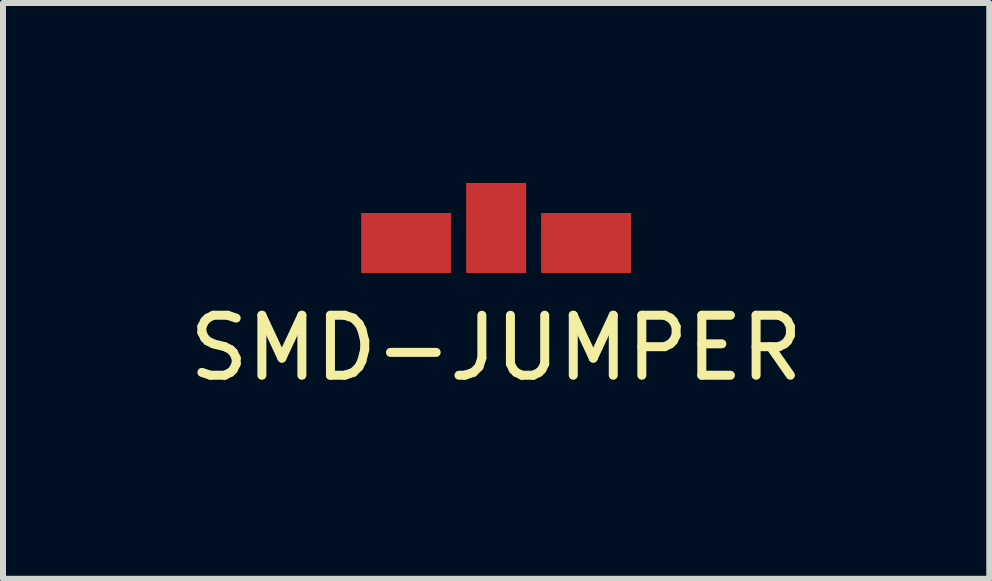
<source format=kicad_pcb>
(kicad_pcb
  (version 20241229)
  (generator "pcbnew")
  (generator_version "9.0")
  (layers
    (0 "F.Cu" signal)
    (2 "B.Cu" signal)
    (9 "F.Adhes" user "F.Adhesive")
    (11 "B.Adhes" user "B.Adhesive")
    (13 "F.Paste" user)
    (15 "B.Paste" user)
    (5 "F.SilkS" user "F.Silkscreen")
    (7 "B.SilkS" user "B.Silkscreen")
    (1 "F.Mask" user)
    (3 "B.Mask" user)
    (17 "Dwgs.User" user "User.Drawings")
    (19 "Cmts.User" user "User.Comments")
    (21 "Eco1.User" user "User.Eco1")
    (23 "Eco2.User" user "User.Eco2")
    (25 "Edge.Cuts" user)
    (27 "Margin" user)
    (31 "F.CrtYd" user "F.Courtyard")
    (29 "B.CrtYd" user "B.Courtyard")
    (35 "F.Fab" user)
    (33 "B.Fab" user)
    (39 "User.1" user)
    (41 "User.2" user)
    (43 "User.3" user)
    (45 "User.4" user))
  (footprint "SMD-JUMPER"
    (layer "F.Cu")
    (at 5.22 1)
    (property "Reference" "SMD-JUMPER" (at 0 1.75 0) (layer "F.SilkS") (effects (font (size 1 1) (thickness 0.15))))
    (attr through_hole)
    (pad "1" smd rect (at -1.5 0) (size 1.5 1) (layers "F.Cu" "F.Mask" "F.Paste"))
    (pad "2" smd rect (at 0 -0.25) (size 1 1.5) (layers "F.Cu" "F.Mask" "F.Paste"))
    (pad "3" smd rect (at 1.5 0) (size 1.5 1) (layers "F.Cu" "F.Mask" "F.Paste")))
  (gr_rect
    (start -3 -3)
    (end 13.44 6.598)
    (stroke (width 0.1) (type default))
    (fill no)
    (layer "Edge.Cuts")))
</source>
